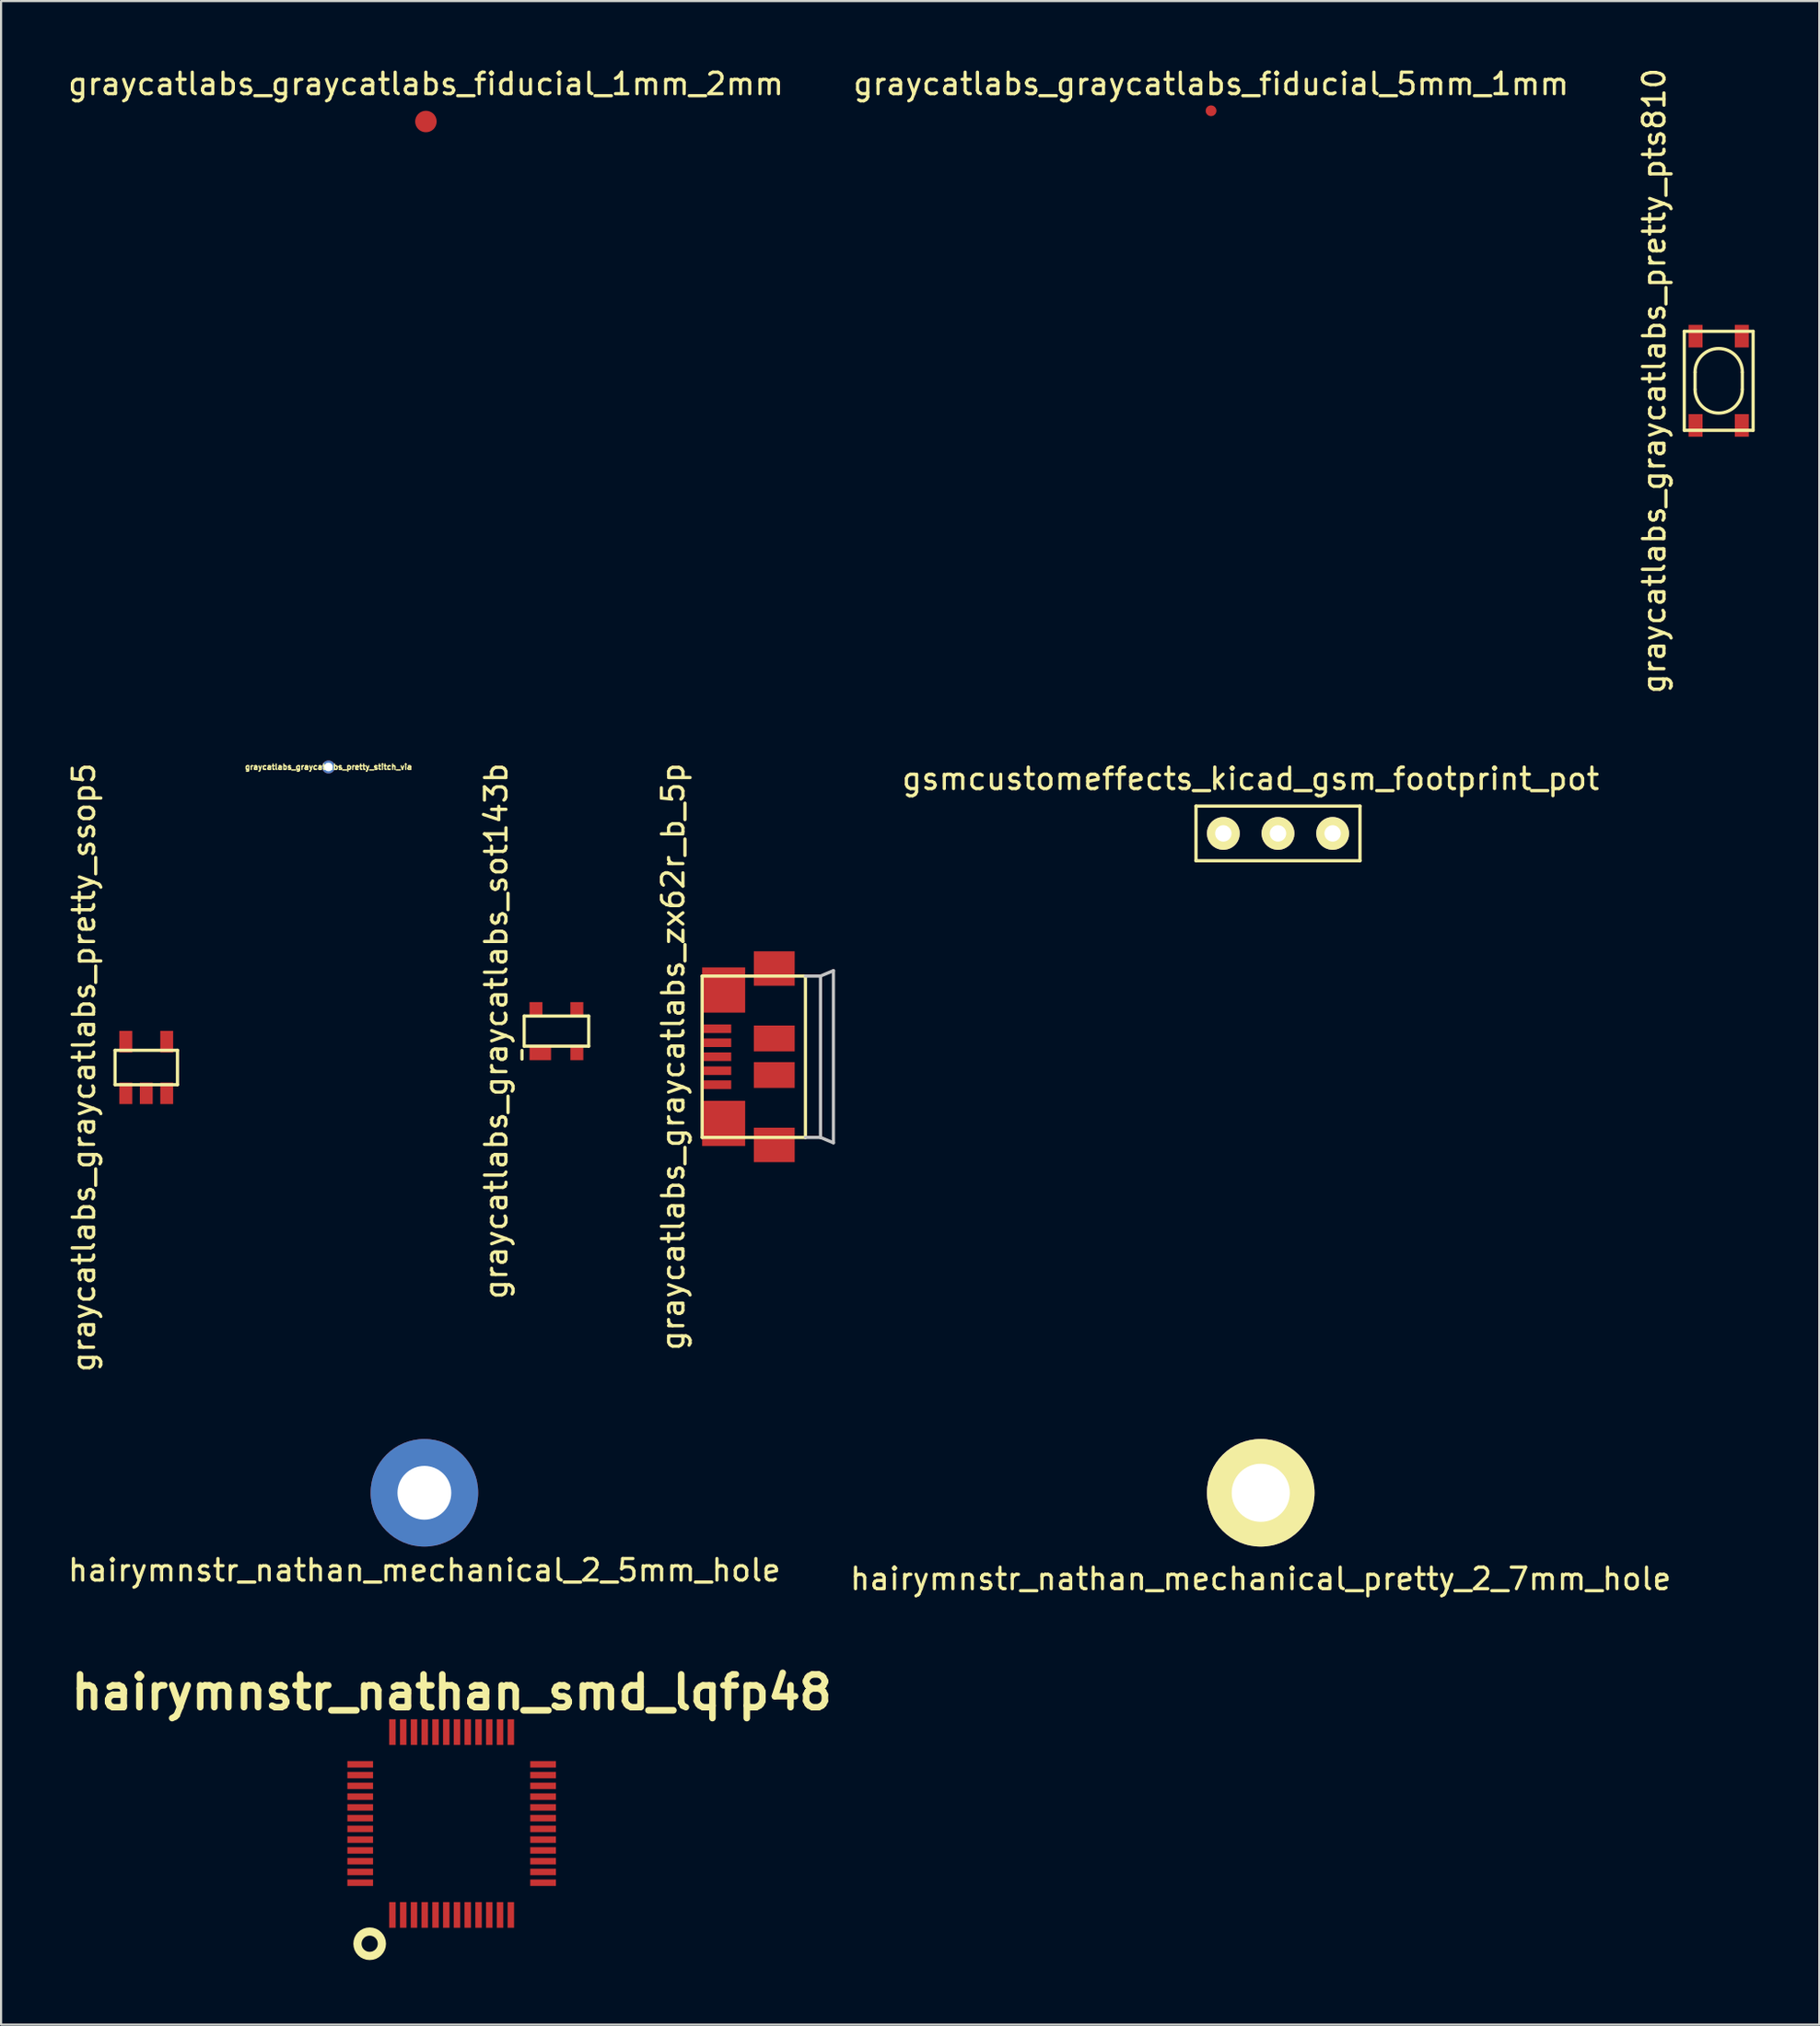
<source format=kicad_pcb>
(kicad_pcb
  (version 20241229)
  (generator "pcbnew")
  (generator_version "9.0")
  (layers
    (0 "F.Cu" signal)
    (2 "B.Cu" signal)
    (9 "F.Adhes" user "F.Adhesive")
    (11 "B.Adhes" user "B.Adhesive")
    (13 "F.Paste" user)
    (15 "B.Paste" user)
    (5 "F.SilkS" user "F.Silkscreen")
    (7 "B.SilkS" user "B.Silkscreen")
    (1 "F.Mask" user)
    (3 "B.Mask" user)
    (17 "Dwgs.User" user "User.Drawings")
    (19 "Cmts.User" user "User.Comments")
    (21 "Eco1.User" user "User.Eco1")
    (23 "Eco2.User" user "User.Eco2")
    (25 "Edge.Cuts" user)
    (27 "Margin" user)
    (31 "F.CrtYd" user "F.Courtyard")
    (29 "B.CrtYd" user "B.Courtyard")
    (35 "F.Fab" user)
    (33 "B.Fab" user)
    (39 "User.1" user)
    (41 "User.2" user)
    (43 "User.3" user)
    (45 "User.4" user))
  (footprint "graycatlabs_graycatlabs_fiducial_1mm_2mm"
    (layer "F.Cu")
    (at 16.744 2.598)
    (property "Reference" "graycatlabs_graycatlabs_fiducial_1mm_2mm" (at 0 -1.75 0) (layer "F.SilkS") (effects (font (size 1 1) (thickness 0.15))))
    (attr through_hole)
    (pad "1" smd circle (at 0 0) (size 1 1) (layers "F.Cu" "F.Mask")))
  (footprint "graycatlabs_graycatlabs_zx62r_b_5p"
    (layer "F.Cu")
    (at 33.182 46.065)
    (property "Reference" "graycatlabs_graycatlabs_zx62r_b_5p" (at -4.95 0 90) (layer "F.SilkS") (effects (font (size 1 1) (thickness 0.15))))
    (attr through_hole)
    (fp_line (start -3.6 3.75) (end -3.6 -3.75) (stroke (width 0.15) (type solid)) (layer "F.SilkS"))
    (fp_line (start 1.2 -3.75) (end -3.6 -3.75) (stroke (width 0.15) (type solid)) (layer "F.SilkS"))
    (fp_line (start 1.2 3.75) (end -3.6 3.75) (stroke (width 0.15) (type solid)) (layer "F.SilkS"))
    (fp_line (start 1.2 3.75) (end 1.2 -3.75) (stroke (width 0.15) (type solid)) (layer "F.SilkS"))
    (fp_line (start 1.2 -3.75) (end 1.9 -3.75) (stroke (width 0.15) (type solid)) (layer "Dwgs.User"))
    (fp_line (start 1.2 3.75) (end 1.9 3.75) (stroke (width 0.15) (type solid)) (layer "Dwgs.User"))
    (fp_line (start 1.9 -3.75) (end 2.5 -4) (stroke (width 0.15) (type solid)) (layer "Dwgs.User"))
    (fp_line (start 1.9 3.75) (end 1.9 -3.75) (stroke (width 0.15) (type solid)) (layer "Dwgs.User"))
    (fp_line (start 1.9 3.75) (end 2.5 4) (stroke (width 0.15) (type solid)) (layer "Dwgs.User"))
    (fp_line (start 2.5 4) (end 2.5 -4) (stroke (width 0.15) (type solid)) (layer "Dwgs.User"))
    (pad "1" smd rect (at -2.925 -1.3 90) (size 0.4 1.35) (layers "F.Cu" "F.Mask" "F.Paste"))
    (pad "2" smd rect (at -2.925 -0.65 90) (size 0.4 1.35) (layers "F.Cu" "F.Mask" "F.Paste"))
    (pad "3" smd rect (at -2.925 0 90) (size 0.4 1.35) (layers "F.Cu" "F.Mask" "F.Paste"))
    (pad "4" smd rect (at -2.925 0.65 90) (size 0.4 1.35) (layers "F.Cu" "F.Mask" "F.Paste"))
    (pad "5" smd rect (at -2.925 1.3 90) (size 0.4 1.35) (layers "F.Cu" "F.Mask" "F.Paste"))
    (pad "6" smd rect (at -2.6 -3.1 90) (size 2.1 2) (layers "F.Cu" "F.Mask" "F.Paste"))
    (pad "6" smd rect (at -2.6 3.1 90) (size 2.1 2) (layers "F.Cu" "F.Mask" "F.Paste"))
    (pad "6" smd rect (at -0.25 -4.1 90) (size 1.6 1.9) (layers "F.Cu" "F.Mask" "F.Paste"))
    (pad "6" smd rect (at -0.25 -0.85 90) (size 1.2 1.9) (layers "F.Cu" "F.Mask" "F.Paste"))
    (pad "6" smd rect (at -0.25 0.85 90) (size 1.2 1.9) (layers "F.Cu" "F.Mask" "F.Paste"))
    (pad "6" smd rect (at -0.25 4.1 90) (size 1.6 1.9) (layers "F.Cu" "F.Mask" "F.Paste")))
  (footprint "graycatlabs_graycatlabs_sot143b"
    (layer "F.Cu")
    (at 22.809 44.875)
    (property "Reference" "graycatlabs_graycatlabs_sot143b" (at -2.8 0 90) (layer "F.SilkS") (effects (font (size 1 1) (thickness 0.15))))
    (attr through_hole)
    (fp_line (start -1.6 0.9) (end -1.6 1.3) (stroke (width 0.15) (type solid)) (layer "F.SilkS"))
    (fp_line (start -1.5 -0.7) (end 1.5 -0.7) (stroke (width 0.15) (type solid)) (layer "F.SilkS"))
    (fp_line (start -1.5 0.7) (end -1.5 -0.7) (stroke (width 0.15) (type solid)) (layer "F.SilkS"))
    (fp_line (start 1.5 -0.7) (end 1.5 0.7) (stroke (width 0.15) (type solid)) (layer "F.SilkS"))
    (fp_line (start 1.5 0.7) (end -1.5 0.7) (stroke (width 0.15) (type solid)) (layer "F.SilkS"))
    (pad "1" smd rect (at -0.75 1) (size 1 0.7) (layers "F.Cu" "F.Mask" "F.Paste"))
    (pad "2" smd rect (at 0.95 1) (size 0.6 0.7) (layers "F.Cu" "F.Mask" "F.Paste"))
    (pad "3" smd rect (at 0.95 -1) (size 0.6 0.7) (layers "F.Cu" "F.Mask" "F.Paste"))
    (pad "4" smd rect (at -0.95 -1) (size 0.6 0.7) (layers "F.Cu" "F.Mask" "F.Paste")))
  (footprint "hairymnstr_nathan_mechanical_pretty_2_7mm_hole"
    (layer "F.Cu")
    (at 55.542 66.333)
    (property "Reference" "hairymnstr_nathan_mechanical_pretty_2_7mm_hole" (at 0 4 0) (layer "F.SilkS") (effects (font (size 1 1) (thickness 0.15))))
    (attr through_hole)
    (pad "1" thru_hole circle (at 0 0) (size 5 5) (drill 2.7) (layers "*.Cu" "*.Mask" "F.SilkS")))
  (footprint "graycatlabs_graycatlabs_pretty_pts810"
    (layer "F.Cu")
    (at 76.824 14.649)
    (property "Reference" "graycatlabs_graycatlabs_pretty_pts810" (at -3 0 90) (layer "F.SilkS") (effects (font (size 1 1) (thickness 0.15))))
    (attr through_hole)
    (fp_line (start -1.6 -2.3) (end 1.6 -2.3) (stroke (width 0.15) (type solid)) (layer "F.SilkS"))
    (fp_line (start -1.6 2.3) (end -1.6 -2.3) (stroke (width 0.15) (type solid)) (layer "F.SilkS"))
    (fp_line (start -1.1 0.4) (end -1.1 -0.4) (stroke (width 0.15) (type solid)) (layer "F.SilkS"))
    (fp_line (start 1.1 -0.4) (end 1.1 0.4) (stroke (width 0.15) (type solid)) (layer "F.SilkS"))
    (fp_line (start 1.6 -2.3) (end 1.6 2.3) (stroke (width 0.15) (type solid)) (layer "F.SilkS"))
    (fp_line (start 1.6 2.3) (end -1.6 2.3) (stroke (width 0.15) (type solid)) (layer "F.SilkS"))
    (fp_arc (start -1.1 -0.4) (mid 0 -1.5) (end 1.1 -0.4) (stroke (width 0.15) (type solid)) (layer "F.SilkS"))
    (fp_arc (start 1.1 0.4) (mid 0 1.5) (end -1.1 0.4) (stroke (width 0.15) (type solid)) (layer "F.SilkS"))
    (pad "1" smd rect (at -1.075 -2.075 90) (size 1.05 0.65) (layers "F.Cu" "F.Mask" "F.Paste"))
    (pad "1" smd rect (at -1.075 2.075 90) (size 1.05 0.65) (layers "F.Cu" "F.Mask" "F.Paste"))
    (pad "2" smd rect (at 1.075 -2.075 90) (size 1.05 0.65) (layers "F.Cu" "F.Mask" "F.Paste"))
    (pad "2" smd rect (at 1.075 2.075 90) (size 1.05 0.65) (layers "F.Cu" "F.Mask" "F.Paste")))
  (footprint "graycatlabs_graycatlabs_pretty_stitch_via"
    (layer "F.Cu")
    (at 12.217 32.598)
    (property "Reference" "graycatlabs_graycatlabs_pretty_stitch_via" (at 0 0 0) (layer "F.SilkS") (effects (font (size 0.25 0.25) (thickness 0.062))))
    (attr through_hole)
    (pad "1" thru_hole circle (at 0 0) (size 0.6 0.6) (drill 0.4) (layers "*.Cu")))
  (footprint "hairymnstr_nathan_smd_lqfp48"
    (layer "F.Cu")
    (at 17.94 81.704)
    (property "Reference" "hairymnstr_nathan_smd_lqfp48" (at 0 -6.096 0) (layer "F.SilkS") (effects (font (size 1.524 1.524) (thickness 0.305))))
    (attr smd)
    (fp_circle (center -3.81 5.588) (end -3.302 5.334) (stroke (width 0.381) (type solid)) (fill no) (layer "F.SilkS"))
    (pad "1" smd rect (at -2.751 4.249) (size 0.3 1.194) (layers "F.Cu" "F.Mask" "F.Paste"))
    (pad "2" smd rect (at -2.25 4.249) (size 0.3 1.194) (layers "F.Cu" "F.Mask" "F.Paste"))
    (pad "3" smd rect (at -1.75 4.249) (size 0.3 1.194) (layers "F.Cu" "F.Mask" "F.Paste"))
    (pad "4" smd rect (at -1.25 4.249) (size 0.3 1.194) (layers "F.Cu" "F.Mask" "F.Paste"))
    (pad "5" smd rect (at -0.749 4.249) (size 0.3 1.194) (layers "F.Cu" "F.Mask" "F.Paste"))
    (pad "6" smd rect (at -0.249 4.249) (size 0.3 1.194) (layers "F.Cu" "F.Mask" "F.Paste"))
    (pad "7" smd rect (at 0.249 4.249) (size 0.3 1.194) (layers "F.Cu" "F.Mask" "F.Paste"))
    (pad "8" smd rect (at 0.749 4.249) (size 0.3 1.194) (layers "F.Cu" "F.Mask" "F.Paste"))
    (pad "9" smd rect (at 1.25 4.249) (size 0.3 1.194) (layers "F.Cu" "F.Mask" "F.Paste"))
    (pad "10" smd rect (at 1.75 4.249) (size 0.3 1.194) (layers "F.Cu" "F.Mask" "F.Paste"))
    (pad "11" smd rect (at 2.25 4.249) (size 0.3 1.194) (layers "F.Cu" "F.Mask" "F.Paste"))
    (pad "12" smd rect (at 2.751 4.249) (size 0.3 1.194) (layers "F.Cu" "F.Mask" "F.Paste"))
    (pad "13" smd rect (at 4.249 2.751) (size 1.194 0.3) (layers "F.Cu" "F.Mask" "F.Paste"))
    (pad "14" smd rect (at 4.249 2.25) (size 1.194 0.3) (layers "F.Cu" "F.Mask" "F.Paste"))
    (pad "15" smd rect (at 4.249 1.75) (size 1.194 0.3) (layers "F.Cu" "F.Mask" "F.Paste"))
    (pad "16" smd rect (at 4.249 1.25) (size 1.194 0.3) (layers "F.Cu" "F.Mask" "F.Paste"))
    (pad "17" smd rect (at 4.249 0.749) (size 1.194 0.3) (layers "F.Cu" "F.Mask" "F.Paste"))
    (pad "18" smd rect (at 4.249 0.249) (size 1.194 0.3) (layers "F.Cu" "F.Mask" "F.Paste"))
    (pad "19" smd rect (at 4.249 -0.249) (size 1.194 0.3) (layers "F.Cu" "F.Mask" "F.Paste"))
    (pad "20" smd rect (at 4.249 -0.749) (size 1.194 0.3) (layers "F.Cu" "F.Mask" "F.Paste"))
    (pad "21" smd rect (at 4.249 -1.25) (size 1.194 0.3) (layers "F.Cu" "F.Mask" "F.Paste"))
    (pad "22" smd rect (at 4.249 -1.75) (size 1.194 0.3) (layers "F.Cu" "F.Mask" "F.Paste"))
    (pad "23" smd rect (at 4.249 -2.25) (size 1.194 0.3) (layers "F.Cu" "F.Mask" "F.Paste"))
    (pad "24" smd rect (at 4.249 -2.751) (size 1.194 0.3) (layers "F.Cu" "F.Mask" "F.Paste"))
    (pad "25" smd rect (at 2.751 -4.249) (size 0.3 1.194) (layers "F.Cu" "F.Mask" "F.Paste"))
    (pad "26" smd rect (at 2.25 -4.249) (size 0.3 1.194) (layers "F.Cu" "F.Mask" "F.Paste"))
    (pad "27" smd rect (at 1.75 -4.249) (size 0.3 1.194) (layers "F.Cu" "F.Mask" "F.Paste"))
    (pad "28" smd rect (at 1.25 -4.249) (size 0.3 1.194) (layers "F.Cu" "F.Mask" "F.Paste"))
    (pad "29" smd rect (at 0.749 -4.249) (size 0.3 1.194) (layers "F.Cu" "F.Mask" "F.Paste"))
    (pad "30" smd rect (at 0.249 -4.249) (size 0.3 1.194) (layers "F.Cu" "F.Mask" "F.Paste"))
    (pad "31" smd rect (at -0.249 -4.249) (size 0.3 1.194) (layers "F.Cu" "F.Mask" "F.Paste"))
    (pad "32" smd rect (at -0.749 -4.249) (size 0.3 1.194) (layers "F.Cu" "F.Mask" "F.Paste"))
    (pad "33" smd rect (at -1.25 -4.249) (size 0.3 1.194) (layers "F.Cu" "F.Mask" "F.Paste"))
    (pad "34" smd rect (at -1.75 -4.249) (size 0.3 1.194) (layers "F.Cu" "F.Mask" "F.Paste"))
    (pad "35" smd rect (at -2.25 -4.249) (size 0.3 1.194) (layers "F.Cu" "F.Mask" "F.Paste"))
    (pad "36" smd rect (at -2.751 -4.249) (size 0.3 1.194) (layers "F.Cu" "F.Mask" "F.Paste"))
    (pad "37" smd rect (at -4.249 -2.751) (size 1.194 0.3) (layers "F.Cu" "F.Mask" "F.Paste"))
    (pad "38" smd rect (at -4.249 -2.25) (size 1.194 0.3) (layers "F.Cu" "F.Mask" "F.Paste"))
    (pad "39" smd rect (at -4.249 -1.75) (size 1.194 0.3) (layers "F.Cu" "F.Mask" "F.Paste"))
    (pad "40" smd rect (at -4.249 -1.25) (size 1.194 0.3) (layers "F.Cu" "F.Mask" "F.Paste"))
    (pad "41" smd rect (at -4.249 -0.749) (size 1.194 0.3) (layers "F.Cu" "F.Mask" "F.Paste"))
    (pad "42" smd rect (at -4.249 -0.249) (size 1.194 0.3) (layers "F.Cu" "F.Mask" "F.Paste"))
    (pad "43" smd rect (at -4.249 0.249) (size 1.194 0.3) (layers "F.Cu" "F.Mask" "F.Paste"))
    (pad "44" smd rect (at -4.249 0.749) (size 1.194 0.3) (layers "F.Cu" "F.Mask" "F.Paste"))
    (pad "45" smd rect (at -4.249 1.25) (size 1.194 0.3) (layers "F.Cu" "F.Mask" "F.Paste"))
    (pad "46" smd rect (at -4.249 1.75) (size 1.194 0.3) (layers "F.Cu" "F.Mask" "F.Paste"))
    (pad "47" smd rect (at -4.249 2.25) (size 1.194 0.3) (layers "F.Cu" "F.Mask" "F.Paste"))
    (pad "48" smd rect (at -4.249 2.751) (size 1.194 0.3) (layers "F.Cu" "F.Mask" "F.Paste")))
  (footprint "gsmcustomeffects_kicad_gsm_footprint_pot"
    (layer "F.Cu")
    (at 56.343 35.686)
    (property "Reference" "gsmcustomeffects_kicad_gsm_footprint_pot" (at -1.27 -2.54 0) (layer "F.SilkS") (effects (font (size 1 1) (thickness 0.15))))
    (attr through_hole)
    (fp_line (start -3.81 -1.27) (end -3.81 1.27) (stroke (width 0.15) (type solid)) (layer "F.SilkS"))
    (fp_line (start -3.81 1.27) (end 3.81 1.27) (stroke (width 0.15) (type solid)) (layer "F.SilkS"))
    (fp_line (start 3.81 -1.27) (end -3.81 -1.27) (stroke (width 0.15) (type solid)) (layer "F.SilkS"))
    (fp_line (start 3.81 1.27) (end 3.81 -1.27) (stroke (width 0.15) (type solid)) (layer "F.SilkS"))
    (pad "1" thru_hole circle (at -2.54 0) (size 1.524 1.524) (drill 0.762) (layers "*.Cu" "*.Mask" "F.SilkS"))
    (pad "2" thru_hole circle (at 0 0) (size 1.524 1.524) (drill 0.762) (layers "*.Cu" "*.Mask" "F.SilkS"))
    (pad "3" thru_hole circle (at 2.54 0) (size 1.524 1.524) (drill 0.762) (layers "*.Cu" "*.Mask" "F.SilkS")))
  (footprint "graycatlabs_graycatlabs_pretty_ssop5"
    (layer "F.Cu")
    (at 3.748 46.565)
    (property "Reference" "graycatlabs_graycatlabs_pretty_ssop5" (at -2.9 0 90) (layer "F.SilkS") (effects (font (size 1 1) (thickness 0.15))))
    (attr through_hole)
    (fp_line (start -1.45 -0.8) (end 1.45 -0.8) (stroke (width 0.15) (type solid)) (layer "F.SilkS"))
    (fp_line (start -1.45 0.8) (end -1.45 -0.8) (stroke (width 0.15) (type solid)) (layer "F.SilkS"))
    (fp_line (start 1.45 -0.8) (end 1.45 0.8) (stroke (width 0.15) (type solid)) (layer "F.SilkS"))
    (fp_line (start 1.45 0.8) (end -1.45 0.8) (stroke (width 0.15) (type solid)) (layer "F.SilkS"))
    (pad "1" smd rect (at -0.95 1.2) (size 0.6 1) (layers "F.Cu" "F.Mask" "F.Paste"))
    (pad "2" smd rect (at 0 1.2) (size 0.6 1) (layers "F.Cu" "F.Mask" "F.Paste"))
    (pad "3" smd rect (at 0.95 1.2) (size 0.6 1) (layers "F.Cu" "F.Mask" "F.Paste"))
    (pad "4" smd rect (at 0.95 -1.2) (size 0.6 1) (layers "F.Cu" "F.Mask" "F.Paste"))
    (pad "5" smd rect (at -0.95 -1.2) (size 0.6 1) (layers "F.Cu" "F.Mask" "F.Paste")))
  (footprint "hairymnstr_nathan_mechanical_2_5mm_hole"
    (layer "F.Cu")
    (at 16.673 66.333)
    (property "Reference" "hairymnstr_nathan_mechanical_2_5mm_hole" (at 0 3.6 0) (layer "F.SilkS") (effects (font (size 1 1) (thickness 0.15))))
    (attr through_hole)
    (pad "1" thru_hole circle (at 0 0) (size 5 5) (drill 2.5) (layers "*.Cu" "*.Mask")))
  (footprint "graycatlabs_graycatlabs_fiducial_5mm_1mm"
    (layer "F.Cu")
    (at 53.232 2.098)
    (property "Reference" "graycatlabs_graycatlabs_fiducial_5mm_1mm" (at 0 -1.25 0) (layer "F.SilkS") (effects (font (size 1 1) (thickness 0.15))))
    (attr through_hole)
    (pad "1" smd circle (at 0 0) (size 0.5 0.5) (layers "F.Cu" "F.Mask")))
  (gr_rect
    (start -3 -3)
    (end 81.499 91.051)
    (stroke (width 0.1) (type default))
    (fill no)
    (layer "Edge.Cuts")))
</source>
